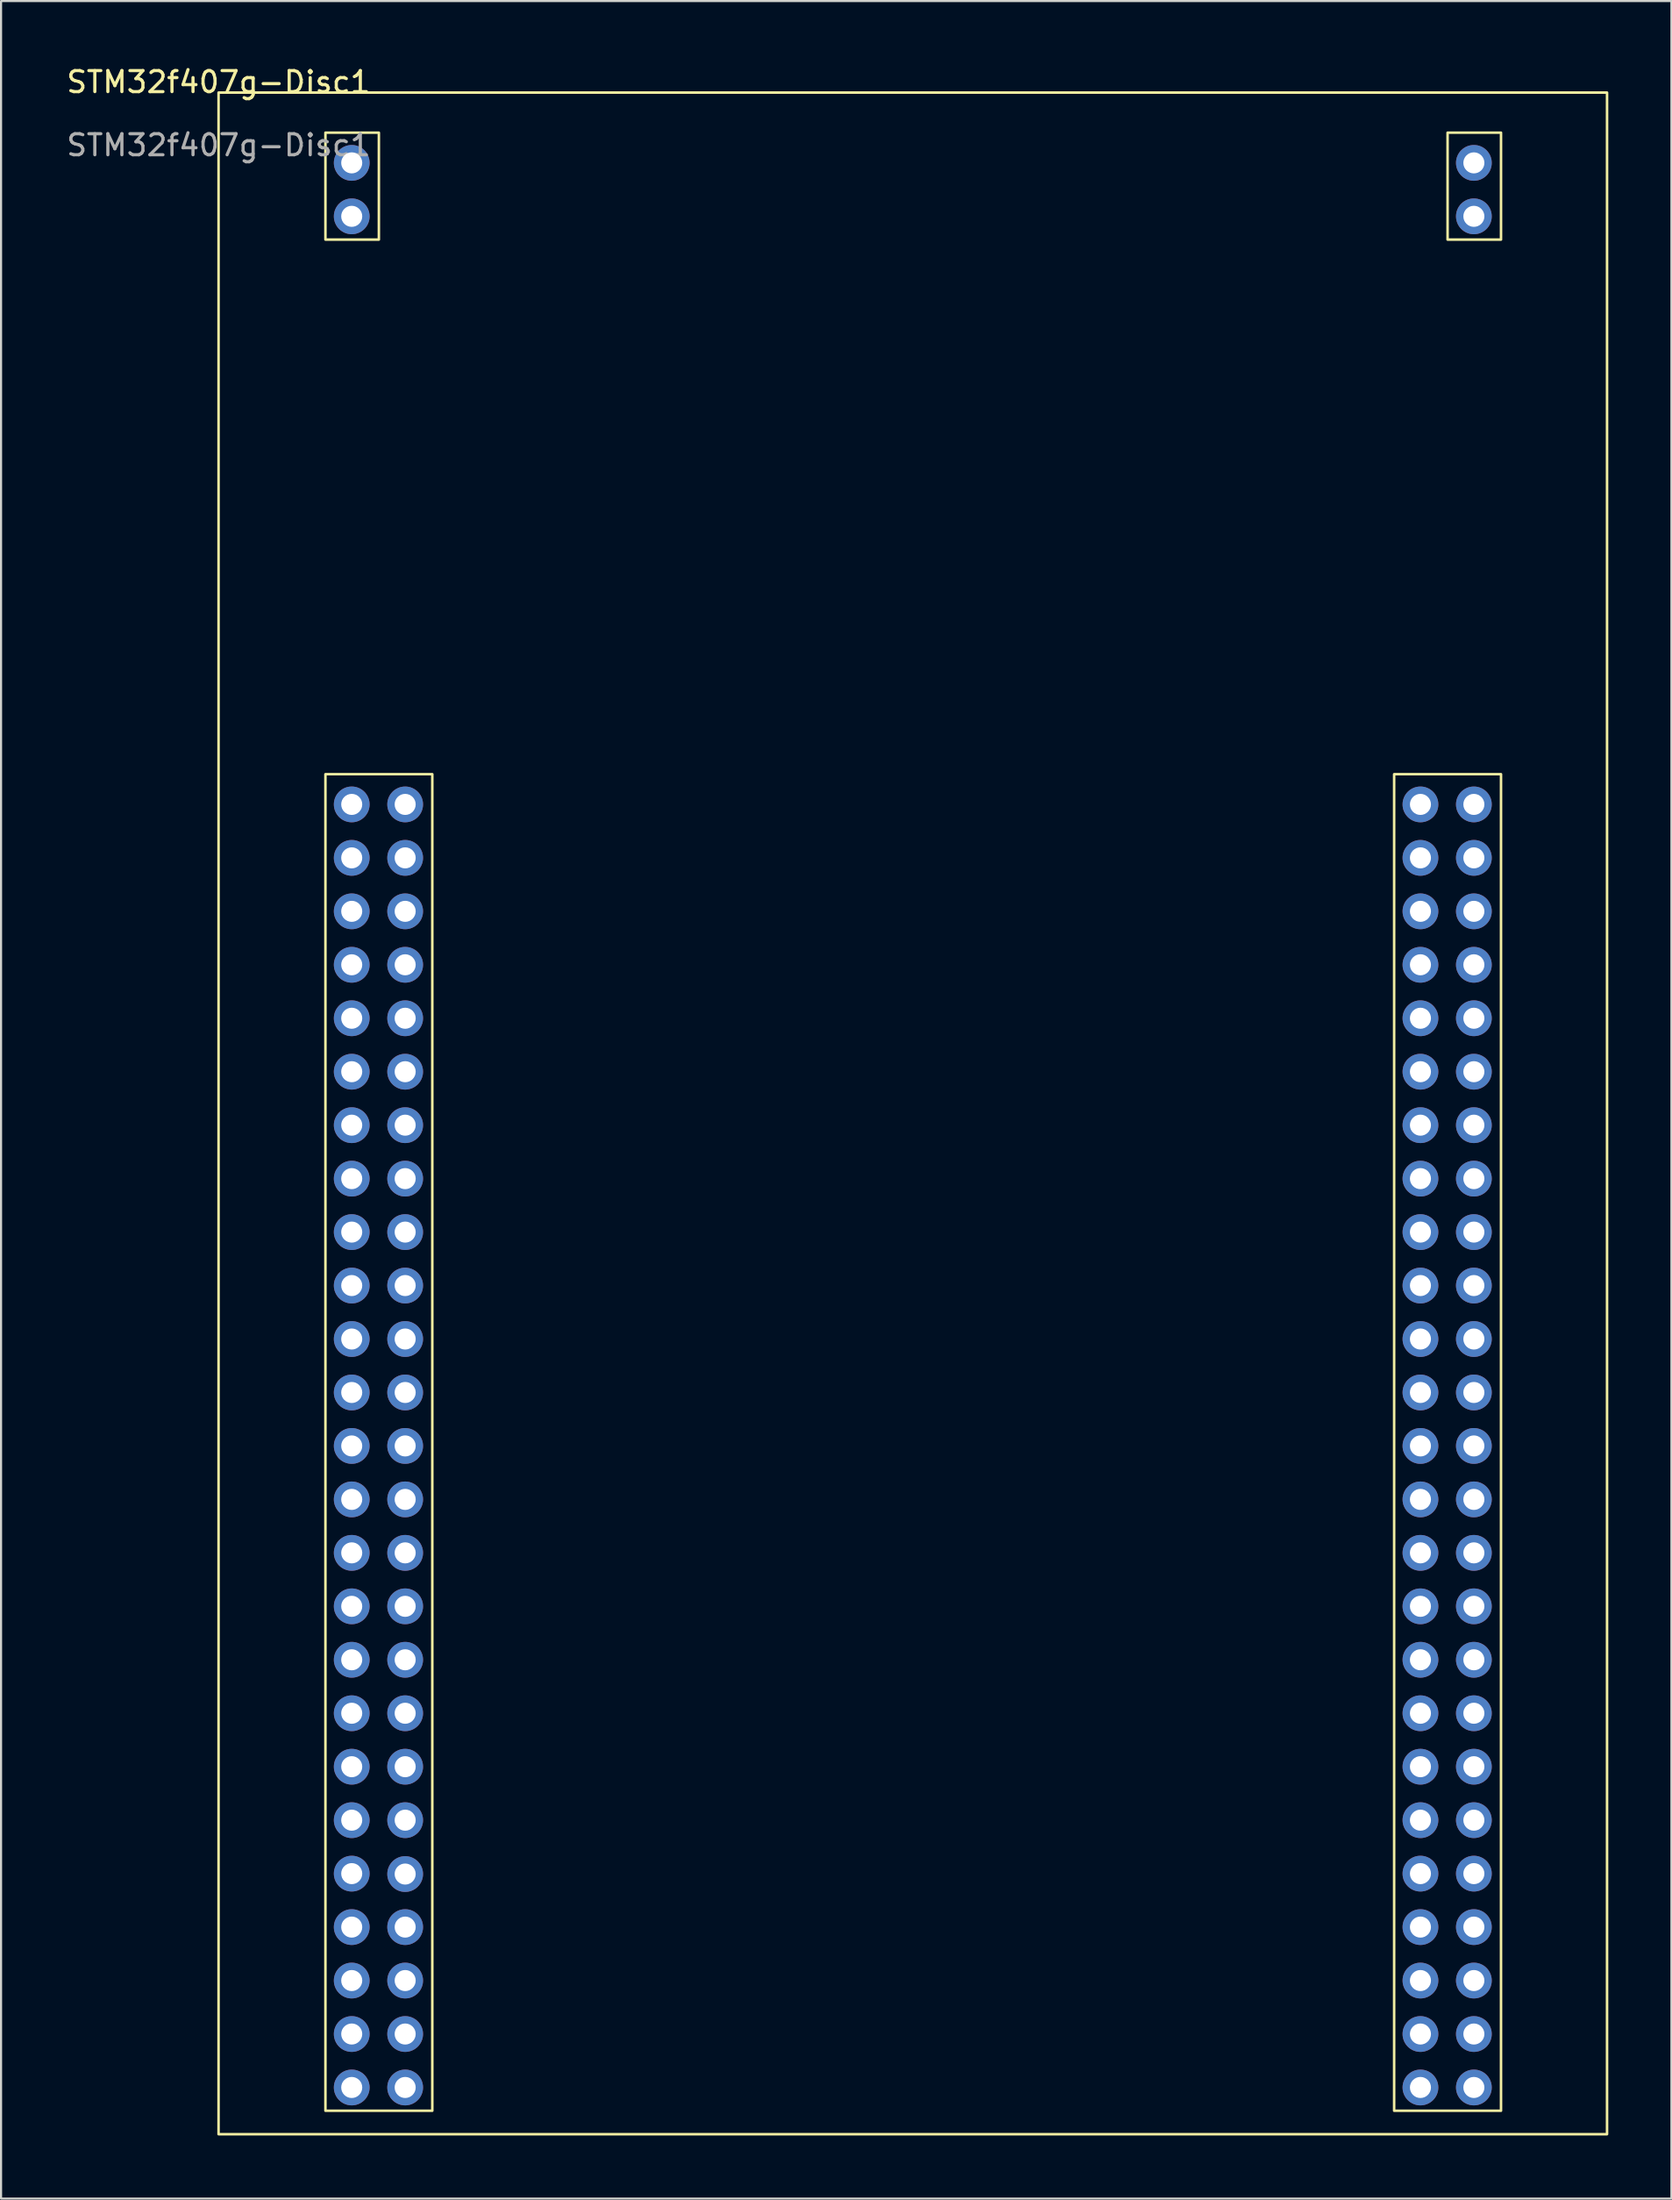
<source format=kicad_pcb>
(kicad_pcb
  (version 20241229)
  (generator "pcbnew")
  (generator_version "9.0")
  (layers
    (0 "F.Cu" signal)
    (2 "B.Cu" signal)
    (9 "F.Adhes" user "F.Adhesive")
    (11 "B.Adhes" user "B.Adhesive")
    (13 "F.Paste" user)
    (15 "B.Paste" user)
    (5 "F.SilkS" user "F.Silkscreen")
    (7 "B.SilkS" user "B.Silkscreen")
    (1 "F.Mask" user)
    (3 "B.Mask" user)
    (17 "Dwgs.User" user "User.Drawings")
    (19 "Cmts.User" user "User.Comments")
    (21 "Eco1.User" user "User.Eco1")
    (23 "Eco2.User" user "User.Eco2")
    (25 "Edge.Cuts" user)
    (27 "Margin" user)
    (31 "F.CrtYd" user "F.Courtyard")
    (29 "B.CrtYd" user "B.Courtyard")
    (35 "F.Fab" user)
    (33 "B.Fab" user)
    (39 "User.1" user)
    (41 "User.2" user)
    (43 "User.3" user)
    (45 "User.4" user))
  (footprint "STM32f407g-Disc1"
    (layer "F.Cu")
    (at 7.339 1.348)
    (property "Reference" "STM32f407g-Disc1" (at 0 -0.5 0) (unlocked yes) (layer "F.SilkS") (effects (font (size 1 1) (thickness 0.15))))
    (attr through_hole)
    (fp_rect (start 0 0) (end 66 97) (stroke (width 0.12) (type solid)) (fill no) (layer "F.SilkS"))
    (fp_rect (start 5.08 6.985) (end 7.62 1.905) (stroke (width 0.12) (type solid)) (fill no) (layer "F.SilkS"))
    (fp_rect (start 10.16 95.885) (end 5.08 32.385) (stroke (width 0.12) (type solid)) (fill no) (layer "F.SilkS"))
    (fp_rect (start 58.42 6.985) (end 60.96 1.905) (stroke (width 0.12) (type solid)) (fill no) (layer "F.SilkS"))
    (fp_rect (start 60.96 95.885) (end 55.88 32.385) (stroke (width 0.12) (type solid)) (fill no) (layer "F.SilkS"))
    (fp_text user "${REFERENCE}" (at 0 2.5 0) (unlocked yes) (layer "F.Fab") (effects (font (size 1 1) (thickness 0.15))))
    (pad "1" thru_hole circle (at 6.33 94.78) (size 1.7 1.7) (drill 1) (layers "*.Cu" "*.Mask"))
    (pad "2" thru_hole circle (at 8.87 94.78) (size 1.7 1.7) (drill 1) (layers "*.Cu" "*.Mask"))
    (pad "3" thru_hole circle (at 6.33 92.24) (size 1.7 1.7) (drill 1) (layers "*.Cu" "*.Mask"))
    (pad "4" thru_hole circle (at 8.87 92.24) (size 1.7 1.7) (drill 1) (layers "*.Cu" "*.Mask"))
    (pad "5" thru_hole circle (at 6.33 89.7) (size 1.7 1.7) (drill 1) (layers "*.Cu" "*.Mask"))
    (pad "6" thru_hole circle (at 8.87 89.7) (size 1.7 1.7) (drill 1) (layers "*.Cu" "*.Mask"))
    (pad "7" thru_hole circle (at 6.33 87.16) (size 1.7 1.7) (drill 1) (layers "*.Cu" "*.Mask"))
    (pad "8" thru_hole circle (at 8.87 87.16) (size 1.7 1.7) (drill 1) (layers "*.Cu" "*.Mask"))
    (pad "9" thru_hole circle (at 6.33 84.62) (size 1.7 1.7) (drill 1) (layers "*.Cu" "*.Mask"))
    (pad "10" thru_hole circle (at 8.87 84.64) (size 1.7 1.7) (drill 1) (layers "*.Cu" "*.Mask"))
    (pad "11" thru_hole circle (at 6.33 82.08) (size 1.7 1.7) (drill 1) (layers "*.Cu" "*.Mask"))
    (pad "12" thru_hole circle (at 8.87 82.08) (size 1.7 1.7) (drill 1) (layers "*.Cu" "*.Mask"))
    (pad "13" thru_hole circle (at 6.33 79.54) (size 1.7 1.7) (drill 1) (layers "*.Cu" "*.Mask"))
    (pad "14" thru_hole circle (at 8.87 79.54) (size 1.7 1.7) (drill 1) (layers "*.Cu" "*.Mask"))
    (pad "15" thru_hole circle (at 6.33 77) (size 1.7 1.7) (drill 1) (layers "*.Cu" "*.Mask"))
    (pad "16" thru_hole circle (at 8.87 77) (size 1.7 1.7) (drill 1) (layers "*.Cu" "*.Mask"))
    (pad "17" thru_hole circle (at 6.33 74.46) (size 1.7 1.7) (drill 1) (layers "*.Cu" "*.Mask"))
    (pad "18" thru_hole circle (at 8.87 74.46) (size 1.7 1.7) (drill 1) (layers "*.Cu" "*.Mask"))
    (pad "19" thru_hole circle (at 6.33 71.92) (size 1.7 1.7) (drill 1) (layers "*.Cu" "*.Mask"))
    (pad "20" thru_hole circle (at 8.87 71.92) (size 1.7 1.7) (drill 1) (layers "*.Cu" "*.Mask"))
    (pad "21" thru_hole circle (at 6.33 69.38) (size 1.7 1.7) (drill 1) (layers "*.Cu" "*.Mask"))
    (pad "22" thru_hole circle (at 8.87 69.38) (size 1.7 1.7) (drill 1) (layers "*.Cu" "*.Mask"))
    (pad "23" thru_hole circle (at 6.33 66.84) (size 1.7 1.7) (drill 1) (layers "*.Cu" "*.Mask"))
    (pad "24" thru_hole circle (at 8.87 66.84) (size 1.7 1.7) (drill 1) (layers "*.Cu" "*.Mask"))
    (pad "25" thru_hole circle (at 6.33 64.3) (size 1.7 1.7) (drill 1) (layers "*.Cu" "*.Mask"))
    (pad "26" thru_hole circle (at 8.87 64.3) (size 1.7 1.7) (drill 1) (layers "*.Cu" "*.Mask"))
    (pad "27" thru_hole circle (at 6.33 61.76) (size 1.7 1.7) (drill 1) (layers "*.Cu" "*.Mask"))
    (pad "28" thru_hole circle (at 8.87 61.76) (size 1.7 1.7) (drill 1) (layers "*.Cu" "*.Mask"))
    (pad "29" thru_hole circle (at 6.33 59.22) (size 1.7 1.7) (drill 1) (layers "*.Cu" "*.Mask"))
    (pad "30" thru_hole circle (at 8.87 59.22) (size 1.7 1.7) (drill 1) (layers "*.Cu" "*.Mask"))
    (pad "31" thru_hole circle (at 6.33 56.68) (size 1.7 1.7) (drill 1) (layers "*.Cu" "*.Mask"))
    (pad "32" thru_hole circle (at 8.87 56.68) (size 1.7 1.7) (drill 1) (layers "*.Cu" "*.Mask"))
    (pad "33" thru_hole circle (at 6.33 54.14) (size 1.7 1.7) (drill 1) (layers "*.Cu" "*.Mask"))
    (pad "34" thru_hole circle (at 8.87 54.14) (size 1.7 1.7) (drill 1) (layers "*.Cu" "*.Mask"))
    (pad "35" thru_hole circle (at 6.33 51.6) (size 1.7 1.7) (drill 1) (layers "*.Cu" "*.Mask"))
    (pad "36" thru_hole circle (at 8.87 51.6) (size 1.7 1.7) (drill 1) (layers "*.Cu" "*.Mask"))
    (pad "37" thru_hole circle (at 6.33 49.06) (size 1.7 1.7) (drill 1) (layers "*.Cu" "*.Mask"))
    (pad "38" thru_hole circle (at 8.87 49.06) (size 1.7 1.7) (drill 1) (layers "*.Cu" "*.Mask"))
    (pad "39" thru_hole circle (at 6.33 46.52) (size 1.7 1.7) (drill 1) (layers "*.Cu" "*.Mask"))
    (pad "40" thru_hole circle (at 8.87 46.52) (size 1.7 1.7) (drill 1) (layers "*.Cu" "*.Mask"))
    (pad "41" thru_hole circle (at 6.33 43.98) (size 1.7 1.7) (drill 1) (layers "*.Cu" "*.Mask"))
    (pad "42" thru_hole circle (at 8.87 43.98) (size 1.7 1.7) (drill 1) (layers "*.Cu" "*.Mask"))
    (pad "43" thru_hole circle (at 6.33 41.44) (size 1.7 1.7) (drill 1) (layers "*.Cu" "*.Mask"))
    (pad "44" thru_hole circle (at 8.87 41.44) (size 1.7 1.7) (drill 1) (layers "*.Cu" "*.Mask"))
    (pad "45" thru_hole circle (at 6.33 38.9) (size 1.7 1.7) (drill 1) (layers "*.Cu" "*.Mask"))
    (pad "46" thru_hole circle (at 8.87 38.9) (size 1.7 1.7) (drill 1) (layers "*.Cu" "*.Mask"))
    (pad "47" thru_hole circle (at 6.33 36.36) (size 1.7 1.7) (drill 1) (layers "*.Cu" "*.Mask"))
    (pad "48" thru_hole circle (at 8.87 36.36) (size 1.7 1.7) (drill 1) (layers "*.Cu" "*.Mask"))
    (pad "49" thru_hole circle (at 6.33 33.82) (size 1.7 1.7) (drill 1) (layers "*.Cu" "*.Mask"))
    (pad "50" thru_hole circle (at 8.87 33.82) (size 1.7 1.7) (drill 1) (layers "*.Cu" "*.Mask"))
    (pad "51" thru_hole circle (at 59.67 94.78) (size 1.7 1.7) (drill 1) (layers "*.Cu" "*.Mask"))
    (pad "52" thru_hole circle (at 57.13 94.78) (size 1.7 1.7) (drill 1) (layers "*.Cu" "*.Mask"))
    (pad "53" thru_hole circle (at 59.67 92.24) (size 1.7 1.7) (drill 1) (layers "*.Cu" "*.Mask"))
    (pad "54" thru_hole circle (at 57.13 92.24) (size 1.7 1.7) (drill 1) (layers "*.Cu" "*.Mask"))
    (pad "55" thru_hole circle (at 59.67 89.7) (size 1.7 1.7) (drill 1) (layers "*.Cu" "*.Mask"))
    (pad "56" thru_hole circle (at 57.13 89.7) (size 1.7 1.7) (drill 1) (layers "*.Cu" "*.Mask"))
    (pad "57" thru_hole circle (at 59.67 87.16) (size 1.7 1.7) (drill 1) (layers "*.Cu" "*.Mask"))
    (pad "58" thru_hole circle (at 57.13 87.16) (size 1.7 1.7) (drill 1) (layers "*.Cu" "*.Mask"))
    (pad "59" thru_hole circle (at 59.67 84.62) (size 1.7 1.7) (drill 1) (layers "*.Cu" "*.Mask"))
    (pad "60" thru_hole circle (at 57.13 84.62) (size 1.7 1.7) (drill 1) (layers "*.Cu" "*.Mask"))
    (pad "61" thru_hole circle (at 59.67 82.08) (size 1.7 1.7) (drill 1) (layers "*.Cu" "*.Mask"))
    (pad "62" thru_hole circle (at 57.13 82.08) (size 1.7 1.7) (drill 1) (layers "*.Cu" "*.Mask"))
    (pad "63" thru_hole circle (at 59.67 79.54) (size 1.7 1.7) (drill 1) (layers "*.Cu" "*.Mask"))
    (pad "64" thru_hole circle (at 57.13 79.54) (size 1.7 1.7) (drill 1) (layers "*.Cu" "*.Mask"))
    (pad "65" thru_hole circle (at 59.67 77) (size 1.7 1.7) (drill 1) (layers "*.Cu" "*.Mask"))
    (pad "66" thru_hole circle (at 57.13 77) (size 1.7 1.7) (drill 1) (layers "*.Cu" "*.Mask"))
    (pad "67" thru_hole circle (at 59.67 74.46) (size 1.7 1.7) (drill 1) (layers "*.Cu" "*.Mask"))
    (pad "68" thru_hole circle (at 57.13 74.46) (size 1.7 1.7) (drill 1) (layers "*.Cu" "*.Mask"))
    (pad "69" thru_hole circle (at 59.67 71.92) (size 1.7 1.7) (drill 1) (layers "*.Cu" "*.Mask"))
    (pad "70" thru_hole circle (at 57.13 71.92) (size 1.7 1.7) (drill 1) (layers "*.Cu" "*.Mask"))
    (pad "71" thru_hole circle (at 59.67 69.38) (size 1.7 1.7) (drill 1) (layers "*.Cu" "*.Mask"))
    (pad "72" thru_hole circle (at 57.13 69.38) (size 1.7 1.7) (drill 1) (layers "*.Cu" "*.Mask"))
    (pad "73" thru_hole circle (at 59.67 66.84) (size 1.7 1.7) (drill 1) (layers "*.Cu" "*.Mask"))
    (pad "74" thru_hole circle (at 57.13 66.84) (size 1.7 1.7) (drill 1) (layers "*.Cu" "*.Mask"))
    (pad "75" thru_hole circle (at 59.67 64.3) (size 1.7 1.7) (drill 1) (layers "*.Cu" "*.Mask"))
    (pad "76" thru_hole circle (at 57.13 64.3) (size 1.7 1.7) (drill 1) (layers "*.Cu" "*.Mask"))
    (pad "77" thru_hole circle (at 59.67 61.76) (size 1.7 1.7) (drill 1) (layers "*.Cu" "*.Mask"))
    (pad "78" thru_hole circle (at 57.13 61.76) (size 1.7 1.7) (drill 1) (layers "*.Cu" "*.Mask"))
    (pad "79" thru_hole circle (at 59.67 59.22) (size 1.7 1.7) (drill 1) (layers "*.Cu" "*.Mask"))
    (pad "80" thru_hole circle (at 57.13 59.22) (size 1.7 1.7) (drill 1) (layers "*.Cu" "*.Mask"))
    (pad "81" thru_hole circle (at 59.67 56.68) (size 1.7 1.7) (drill 1) (layers "*.Cu" "*.Mask"))
    (pad "82" thru_hole circle (at 57.13 56.68) (size 1.7 1.7) (drill 1) (layers "*.Cu" "*.Mask"))
    (pad "83" thru_hole circle (at 59.67 54.14) (size 1.7 1.7) (drill 1) (layers "*.Cu" "*.Mask"))
    (pad "84" thru_hole circle (at 57.13 54.14) (size 1.7 1.7) (drill 1) (layers "*.Cu" "*.Mask"))
    (pad "85" thru_hole circle (at 59.67 51.6) (size 1.7 1.7) (drill 1) (layers "*.Cu" "*.Mask"))
    (pad "86" thru_hole circle (at 57.13 51.6) (size 1.7 1.7) (drill 1) (layers "*.Cu" "*.Mask"))
    (pad "87" thru_hole circle (at 59.67 49.06) (size 1.7 1.7) (drill 1) (layers "*.Cu" "*.Mask"))
    (pad "88" thru_hole circle (at 57.13 49.06) (size 1.7 1.7) (drill 1) (layers "*.Cu" "*.Mask"))
    (pad "89" thru_hole circle (at 59.67 46.52) (size 1.7 1.7) (drill 1) (layers "*.Cu" "*.Mask"))
    (pad "90" thru_hole circle (at 57.13 46.52) (size 1.7 1.7) (drill 1) (layers "*.Cu" "*.Mask"))
    (pad "91" thru_hole circle (at 59.67 43.98) (size 1.7 1.7) (drill 1) (layers "*.Cu" "*.Mask"))
    (pad "92" thru_hole circle (at 57.13 43.98) (size 1.7 1.7) (drill 1) (layers "*.Cu" "*.Mask"))
    (pad "93" thru_hole circle (at 59.67 41.44) (size 1.7 1.7) (drill 1) (layers "*.Cu" "*.Mask"))
    (pad "94" thru_hole circle (at 57.13 41.44) (size 1.7 1.7) (drill 1) (layers "*.Cu" "*.Mask"))
    (pad "95" thru_hole circle (at 59.67 38.9) (size 1.7 1.7) (drill 1) (layers "*.Cu" "*.Mask"))
    (pad "96" thru_hole circle (at 57.13 38.9) (size 1.7 1.7) (drill 1) (layers "*.Cu" "*.Mask"))
    (pad "97" thru_hole circle (at 59.67 36.36) (size 1.7 1.7) (drill 1) (layers "*.Cu" "*.Mask"))
    (pad "98" thru_hole circle (at 57.13 36.36) (size 1.7 1.7) (drill 1) (layers "*.Cu" "*.Mask"))
    (pad "99" thru_hole circle (at 59.67 33.82) (size 1.7 1.7) (drill 1) (layers "*.Cu" "*.Mask"))
    (pad "100" thru_hole circle (at 57.13 33.82) (size 1.7 1.7) (drill 1) (layers "*.Cu" "*.Mask"))
    (pad "101" thru_hole circle (at 6.33 3.34) (size 1.7 1.7) (drill 1) (layers "*.Cu" "*.Mask"))
    (pad "102" thru_hole circle (at 6.33 5.88) (size 1.7 1.7) (drill 1) (layers "*.Cu" "*.Mask"))
    (pad "103" thru_hole circle (at 59.67 3.34) (size 1.7 1.7) (drill 1) (layers "*.Cu" "*.Mask"))
    (pad "104" thru_hole circle (at 59.67 5.88) (size 1.7 1.7) (drill 1) (layers "*.Cu" "*.Mask")))
  (gr_rect
    (start -3 -3)
    (end 76.399 101.408)
    (stroke (width 0.1) (type default))
    (fill no)
    (layer "Edge.Cuts")))
</source>
